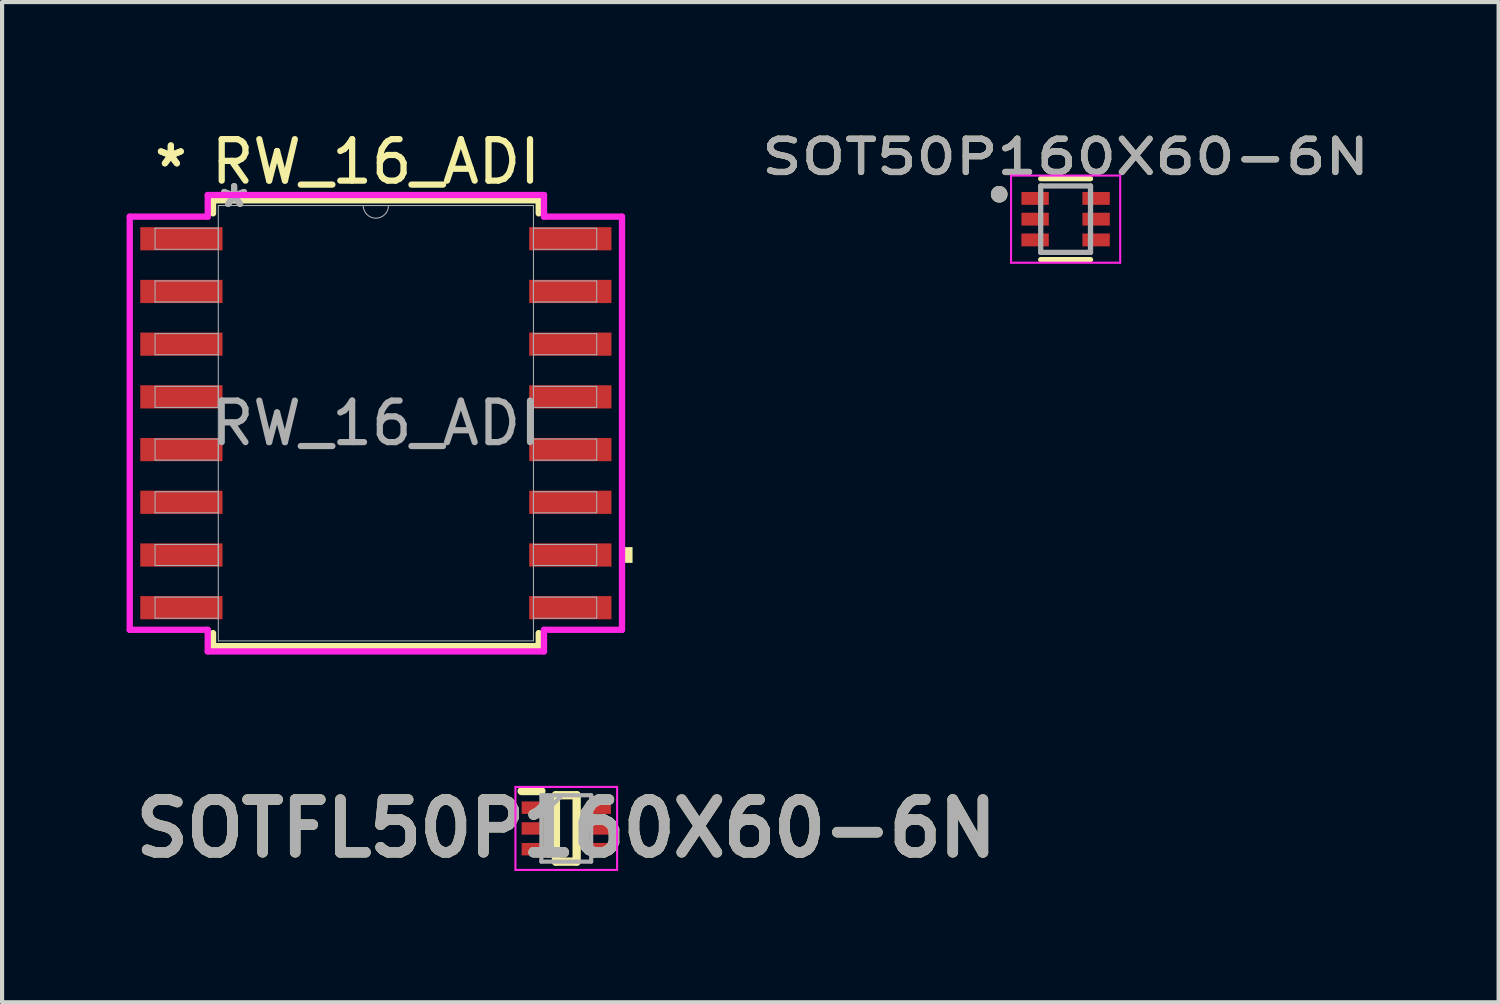
<source format=kicad_pcb>
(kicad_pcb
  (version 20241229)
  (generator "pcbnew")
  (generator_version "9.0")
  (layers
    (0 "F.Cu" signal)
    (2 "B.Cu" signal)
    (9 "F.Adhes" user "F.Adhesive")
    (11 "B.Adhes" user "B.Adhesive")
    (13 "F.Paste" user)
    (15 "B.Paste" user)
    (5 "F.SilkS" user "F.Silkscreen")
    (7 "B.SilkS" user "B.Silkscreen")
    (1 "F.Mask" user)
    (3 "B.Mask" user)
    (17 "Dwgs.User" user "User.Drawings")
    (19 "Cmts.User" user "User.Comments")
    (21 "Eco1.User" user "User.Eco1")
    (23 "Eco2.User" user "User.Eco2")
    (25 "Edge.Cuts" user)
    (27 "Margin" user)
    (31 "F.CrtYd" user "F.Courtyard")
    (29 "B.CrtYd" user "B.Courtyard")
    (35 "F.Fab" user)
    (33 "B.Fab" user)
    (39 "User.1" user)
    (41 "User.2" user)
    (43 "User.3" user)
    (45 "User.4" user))
  (footprint "SOTFL50P160X60-6N"
    (layer "F.Cu")
    (at 10.595 16.912)
    (property "Reference" "SOTFL50P160X60-6N" (at 0 0 0) (layer "F.SilkS") (effects (font (size 1.27 1.27) (thickness 0.254))))
    (attr smd)
    (fp_line (start -1.075 -0.9) (end -0.6 -0.9) (stroke (width 0.2) (type solid)) (layer "F.SilkS"))
    (fp_line (start -0.25 -0.8) (end 0.25 -0.8) (stroke (width 0.2) (type solid)) (layer "F.SilkS"))
    (fp_line (start -0.25 0.8) (end -0.25 -0.8) (stroke (width 0.2) (type solid)) (layer "F.SilkS"))
    (fp_line (start 0.25 -0.8) (end 0.25 0.8) (stroke (width 0.2) (type solid)) (layer "F.SilkS"))
    (fp_line (start 0.25 0.8) (end -0.25 0.8) (stroke (width 0.2) (type solid)) (layer "F.SilkS"))
    (fp_line (start -1.225 -1) (end 1.225 -1) (stroke (width 0.05) (type solid)) (layer "F.CrtYd"))
    (fp_line (start -1.225 1) (end -1.225 -1) (stroke (width 0.05) (type solid)) (layer "F.CrtYd"))
    (fp_line (start 1.225 -1) (end 1.225 1) (stroke (width 0.05) (type solid)) (layer "F.CrtYd"))
    (fp_line (start 1.225 1) (end -1.225 1) (stroke (width 0.05) (type solid)) (layer "F.CrtYd"))
    (fp_line (start -0.6 -0.8) (end 0.6 -0.8) (stroke (width 0.1) (type solid)) (layer "F.Fab"))
    (fp_line (start -0.6 -0.3) (end -0.1 -0.8) (stroke (width 0.1) (type solid)) (layer "F.Fab"))
    (fp_line (start -0.6 0.8) (end -0.6 -0.8) (stroke (width 0.1) (type solid)) (layer "F.Fab"))
    (fp_line (start 0.6 -0.8) (end 0.6 0.8) (stroke (width 0.1) (type solid)) (layer "F.Fab"))
    (fp_line (start 0.6 0.8) (end -0.6 0.8) (stroke (width 0.1) (type solid)) (layer "F.Fab"))
    (fp_text user "${REFERENCE}" (at 0 0 0) (layer "F.Fab") (effects (font (size 1.27 1.27) (thickness 0.254))))
    (pad "1" smd rect (at -0.838 -0.5 90) (size 0.3 0.475) (layers "F.Cu" "F.Mask" "F.Paste"))
    (pad "2" smd rect (at -0.838 0 90) (size 0.3 0.475) (layers "F.Cu" "F.Mask" "F.Paste"))
    (pad "3" smd rect (at -0.838 0.5 90) (size 0.3 0.475) (layers "F.Cu" "F.Mask" "F.Paste"))
    (pad "4" smd rect (at 0.838 0.5 90) (size 0.3 0.475) (layers "F.Cu" "F.Mask" "F.Paste"))
    (pad "5" smd rect (at 0.838 0 90) (size 0.3 0.475) (layers "F.Cu" "F.Mask" "F.Paste"))
    (pad "6" smd rect (at 0.838 -0.5 90) (size 0.3 0.475) (layers "F.Cu" "F.Mask" "F.Paste")))
  (footprint "RW_16_ADI"
    (layer "F.Cu")
    (at 6.007 7.148)
    (property "Reference" "RW_16_ADI" (at 0 -6.3 0) (unlocked yes) (layer "F.SilkS") (effects (font (size 1 1) (thickness 0.15))))
    (attr smd)
    (fp_line (start -3.924 -5.372) (end -3.924 -5.057) (stroke (width 0.152) (type solid)) (layer "F.SilkS"))
    (fp_line (start -3.924 5.057) (end -3.924 5.372) (stroke (width 0.152) (type solid)) (layer "F.SilkS"))
    (fp_line (start -3.924 5.372) (end 3.924 5.372) (stroke (width 0.152) (type solid)) (layer "F.SilkS"))
    (fp_line (start 3.924 -5.372) (end -3.924 -5.372) (stroke (width 0.152) (type solid)) (layer "F.SilkS"))
    (fp_line (start 3.924 -5.057) (end 3.924 -5.372) (stroke (width 0.152) (type solid)) (layer "F.SilkS"))
    (fp_line (start 3.924 5.372) (end 3.924 5.057) (stroke (width 0.152) (type solid)) (layer "F.SilkS"))
    (fp_poly (pts (xy 6.185 2.985) (xy 6.185 3.365) (xy 5.931 3.365) (xy 5.931 2.985)) (stroke (width 0) (type solid)) (fill yes) (layer "F.SilkS"))
    (fp_line (start -5.931 -4.978) (end -4.051 -4.978) (stroke (width 0.152) (type solid)) (layer "F.CrtYd"))
    (fp_line (start -5.931 4.978) (end -5.931 -4.978) (stroke (width 0.152) (type solid)) (layer "F.CrtYd"))
    (fp_line (start -5.931 4.978) (end -4.051 4.978) (stroke (width 0.152) (type solid)) (layer "F.CrtYd"))
    (fp_line (start -4.051 -5.499) (end 4.051 -5.499) (stroke (width 0.152) (type solid)) (layer "F.CrtYd"))
    (fp_line (start -4.051 -4.978) (end -4.051 -5.499) (stroke (width 0.152) (type solid)) (layer "F.CrtYd"))
    (fp_line (start -4.051 5.499) (end -4.051 4.978) (stroke (width 0.152) (type solid)) (layer "F.CrtYd"))
    (fp_line (start 4.051 -5.499) (end 4.051 -4.978) (stroke (width 0.152) (type solid)) (layer "F.CrtYd"))
    (fp_line (start 4.051 4.978) (end 4.051 5.499) (stroke (width 0.152) (type solid)) (layer "F.CrtYd"))
    (fp_line (start 4.051 5.499) (end -4.051 5.499) (stroke (width 0.152) (type solid)) (layer "F.CrtYd"))
    (fp_line (start 5.931 -4.978) (end 4.051 -4.978) (stroke (width 0.152) (type solid)) (layer "F.CrtYd"))
    (fp_line (start 5.931 -4.978) (end 5.931 4.978) (stroke (width 0.152) (type solid)) (layer "F.CrtYd"))
    (fp_line (start 5.931 4.978) (end 4.051 4.978) (stroke (width 0.152) (type solid)) (layer "F.CrtYd"))
    (fp_line (start -5.321 -4.699) (end -5.321 -4.191) (stroke (width 0.025) (type solid)) (layer "F.Fab"))
    (fp_line (start -5.321 -4.191) (end -3.797 -4.191) (stroke (width 0.025) (type solid)) (layer "F.Fab"))
    (fp_line (start -5.321 -3.429) (end -5.321 -2.921) (stroke (width 0.025) (type solid)) (layer "F.Fab"))
    (fp_line (start -5.321 -2.921) (end -3.797 -2.921) (stroke (width 0.025) (type solid)) (layer "F.Fab"))
    (fp_line (start -5.321 -2.159) (end -5.321 -1.651) (stroke (width 0.025) (type solid)) (layer "F.Fab"))
    (fp_line (start -5.321 -1.651) (end -3.797 -1.651) (stroke (width 0.025) (type solid)) (layer "F.Fab"))
    (fp_line (start -5.321 -0.889) (end -5.321 -0.381) (stroke (width 0.025) (type solid)) (layer "F.Fab"))
    (fp_line (start -5.321 -0.381) (end -3.797 -0.381) (stroke (width 0.025) (type solid)) (layer "F.Fab"))
    (fp_line (start -5.321 0.381) (end -5.321 0.889) (stroke (width 0.025) (type solid)) (layer "F.Fab"))
    (fp_line (start -5.321 0.889) (end -3.797 0.889) (stroke (width 0.025) (type solid)) (layer "F.Fab"))
    (fp_line (start -5.321 1.651) (end -5.321 2.159) (stroke (width 0.025) (type solid)) (layer "F.Fab"))
    (fp_line (start -5.321 2.159) (end -3.797 2.159) (stroke (width 0.025) (type solid)) (layer "F.Fab"))
    (fp_line (start -5.321 2.921) (end -5.321 3.429) (stroke (width 0.025) (type solid)) (layer "F.Fab"))
    (fp_line (start -5.321 3.429) (end -3.797 3.429) (stroke (width 0.025) (type solid)) (layer "F.Fab"))
    (fp_line (start -5.321 4.191) (end -5.321 4.699) (stroke (width 0.025) (type solid)) (layer "F.Fab"))
    (fp_line (start -5.321 4.699) (end -3.797 4.699) (stroke (width 0.025) (type solid)) (layer "F.Fab"))
    (fp_line (start -3.797 -5.245) (end -3.797 5.245) (stroke (width 0.025) (type solid)) (layer "F.Fab"))
    (fp_line (start -3.797 -4.699) (end -5.321 -4.699) (stroke (width 0.025) (type solid)) (layer "F.Fab"))
    (fp_line (start -3.797 -4.191) (end -3.797 -4.699) (stroke (width 0.025) (type solid)) (layer "F.Fab"))
    (fp_line (start -3.797 -3.429) (end -5.321 -3.429) (stroke (width 0.025) (type solid)) (layer "F.Fab"))
    (fp_line (start -3.797 -2.921) (end -3.797 -3.429) (stroke (width 0.025) (type solid)) (layer "F.Fab"))
    (fp_line (start -3.797 -2.159) (end -5.321 -2.159) (stroke (width 0.025) (type solid)) (layer "F.Fab"))
    (fp_line (start -3.797 -1.651) (end -3.797 -2.159) (stroke (width 0.025) (type solid)) (layer "F.Fab"))
    (fp_line (start -3.797 -0.889) (end -5.321 -0.889) (stroke (width 0.025) (type solid)) (layer "F.Fab"))
    (fp_line (start -3.797 -0.381) (end -3.797 -0.889) (stroke (width 0.025) (type solid)) (layer "F.Fab"))
    (fp_line (start -3.797 0.381) (end -5.321 0.381) (stroke (width 0.025) (type solid)) (layer "F.Fab"))
    (fp_line (start -3.797 0.889) (end -3.797 0.381) (stroke (width 0.025) (type solid)) (layer "F.Fab"))
    (fp_line (start -3.797 1.651) (end -5.321 1.651) (stroke (width 0.025) (type solid)) (layer "F.Fab"))
    (fp_line (start -3.797 2.159) (end -3.797 1.651) (stroke (width 0.025) (type solid)) (layer "F.Fab"))
    (fp_line (start -3.797 2.921) (end -5.321 2.921) (stroke (width 0.025) (type solid)) (layer "F.Fab"))
    (fp_line (start -3.797 3.429) (end -3.797 2.921) (stroke (width 0.025) (type solid)) (layer "F.Fab"))
    (fp_line (start -3.797 4.191) (end -5.321 4.191) (stroke (width 0.025) (type solid)) (layer "F.Fab"))
    (fp_line (start -3.797 4.699) (end -3.797 4.191) (stroke (width 0.025) (type solid)) (layer "F.Fab"))
    (fp_line (start -3.797 5.245) (end 3.797 5.245) (stroke (width 0.025) (type solid)) (layer "F.Fab"))
    (fp_line (start 3.797 -5.245) (end -3.797 -5.245) (stroke (width 0.025) (type solid)) (layer "F.Fab"))
    (fp_line (start 3.797 -4.699) (end 3.797 -4.191) (stroke (width 0.025) (type solid)) (layer "F.Fab"))
    (fp_line (start 3.797 -4.191) (end 5.321 -4.191) (stroke (width 0.025) (type solid)) (layer "F.Fab"))
    (fp_line (start 3.797 -3.429) (end 3.797 -2.921) (stroke (width 0.025) (type solid)) (layer "F.Fab"))
    (fp_line (start 3.797 -2.921) (end 5.321 -2.921) (stroke (width 0.025) (type solid)) (layer "F.Fab"))
    (fp_line (start 3.797 -2.159) (end 3.797 -1.651) (stroke (width 0.025) (type solid)) (layer "F.Fab"))
    (fp_line (start 3.797 -1.651) (end 5.321 -1.651) (stroke (width 0.025) (type solid)) (layer "F.Fab"))
    (fp_line (start 3.797 -0.889) (end 3.797 -0.381) (stroke (width 0.025) (type solid)) (layer "F.Fab"))
    (fp_line (start 3.797 -0.381) (end 5.321 -0.381) (stroke (width 0.025) (type solid)) (layer "F.Fab"))
    (fp_line (start 3.797 0.381) (end 3.797 0.889) (stroke (width 0.025) (type solid)) (layer "F.Fab"))
    (fp_line (start 3.797 0.889) (end 5.321 0.889) (stroke (width 0.025) (type solid)) (layer "F.Fab"))
    (fp_line (start 3.797 1.651) (end 3.797 2.159) (stroke (width 0.025) (type solid)) (layer "F.Fab"))
    (fp_line (start 3.797 2.159) (end 5.321 2.159) (stroke (width 0.025) (type solid)) (layer "F.Fab"))
    (fp_line (start 3.797 2.921) (end 3.797 3.429) (stroke (width 0.025) (type solid)) (layer "F.Fab"))
    (fp_line (start 3.797 3.429) (end 5.321 3.429) (stroke (width 0.025) (type solid)) (layer "F.Fab"))
    (fp_line (start 3.797 4.191) (end 3.797 4.699) (stroke (width 0.025) (type solid)) (layer "F.Fab"))
    (fp_line (start 3.797 4.699) (end 5.321 4.699) (stroke (width 0.025) (type solid)) (layer "F.Fab"))
    (fp_line (start 3.797 5.245) (end 3.797 -5.245) (stroke (width 0.025) (type solid)) (layer "F.Fab"))
    (fp_line (start 5.321 -4.699) (end 3.797 -4.699) (stroke (width 0.025) (type solid)) (layer "F.Fab"))
    (fp_line (start 5.321 -4.191) (end 5.321 -4.699) (stroke (width 0.025) (type solid)) (layer "F.Fab"))
    (fp_line (start 5.321 -3.429) (end 3.797 -3.429) (stroke (width 0.025) (type solid)) (layer "F.Fab"))
    (fp_line (start 5.321 -2.921) (end 5.321 -3.429) (stroke (width 0.025) (type solid)) (layer "F.Fab"))
    (fp_line (start 5.321 -2.159) (end 3.797 -2.159) (stroke (width 0.025) (type solid)) (layer "F.Fab"))
    (fp_line (start 5.321 -1.651) (end 5.321 -2.159) (stroke (width 0.025) (type solid)) (layer "F.Fab"))
    (fp_line (start 5.321 -0.889) (end 3.797 -0.889) (stroke (width 0.025) (type solid)) (layer "F.Fab"))
    (fp_line (start 5.321 -0.381) (end 5.321 -0.889) (stroke (width 0.025) (type solid)) (layer "F.Fab"))
    (fp_line (start 5.321 0.381) (end 3.797 0.381) (stroke (width 0.025) (type solid)) (layer "F.Fab"))
    (fp_line (start 5.321 0.889) (end 5.321 0.381) (stroke (width 0.025) (type solid)) (layer "F.Fab"))
    (fp_line (start 5.321 1.651) (end 3.797 1.651) (stroke (width 0.025) (type solid)) (layer "F.Fab"))
    (fp_line (start 5.321 2.159) (end 5.321 1.651) (stroke (width 0.025) (type solid)) (layer "F.Fab"))
    (fp_line (start 5.321 2.921) (end 3.797 2.921) (stroke (width 0.025) (type solid)) (layer "F.Fab"))
    (fp_line (start 5.321 3.429) (end 5.321 2.921) (stroke (width 0.025) (type solid)) (layer "F.Fab"))
    (fp_line (start 5.321 4.191) (end 3.797 4.191) (stroke (width 0.025) (type solid)) (layer "F.Fab"))
    (fp_line (start 5.321 4.699) (end 5.321 4.191) (stroke (width 0.025) (type solid)) (layer "F.Fab"))
    (fp_arc (start 0.3048 -5.2451) (mid 0 -4.9403) (end -0.3048 -5.2451) (stroke (width 0.0254) (type solid)) (layer "F.Fab"))
    (fp_text user "*" (at -4.94 -6.147 0) (layer "F.SilkS") (effects (font (size 1 1) (thickness 0.15))))
    (fp_text user "*" (at -4.94 -6.147 0) (unlocked yes) (layer "F.SilkS") (effects (font (size 1 1) (thickness 0.15))))
    (fp_text user "*" (at -3.416 -5.169 0) (layer "F.Fab") (effects (font (size 1 1) (thickness 0.15))))
    (fp_text user "${REFERENCE}" (at 0 0 0) (unlocked yes) (layer "F.Fab") (effects (font (size 1 1) (thickness 0.15))))
    (fp_text user "*" (at -3.416 -5.169 0) (unlocked yes) (layer "F.Fab") (effects (font (size 1 1) (thickness 0.15))))
    (pad "1" smd rect (at -4.686 -4.445) (size 1.981 0.559) (layers "F.Cu" "F.Mask" "F.Paste"))
    (pad "2" smd rect (at -4.686 -3.175) (size 1.981 0.559) (layers "F.Cu" "F.Mask" "F.Paste"))
    (pad "3" smd rect (at -4.686 -1.905) (size 1.981 0.559) (layers "F.Cu" "F.Mask" "F.Paste"))
    (pad "4" smd rect (at -4.686 -0.635) (size 1.981 0.559) (layers "F.Cu" "F.Mask" "F.Paste"))
    (pad "5" smd rect (at -4.686 0.635) (size 1.981 0.559) (layers "F.Cu" "F.Mask" "F.Paste"))
    (pad "6" smd rect (at -4.686 1.905) (size 1.981 0.559) (layers "F.Cu" "F.Mask" "F.Paste"))
    (pad "7" smd rect (at -4.686 3.175) (size 1.981 0.559) (layers "F.Cu" "F.Mask" "F.Paste"))
    (pad "8" smd rect (at -4.686 4.445) (size 1.981 0.559) (layers "F.Cu" "F.Mask" "F.Paste"))
    (pad "9" smd rect (at 4.686 4.445) (size 1.981 0.559) (layers "F.Cu" "F.Mask" "F.Paste"))
    (pad "10" smd rect (at 4.686 3.175) (size 1.981 0.559) (layers "F.Cu" "F.Mask" "F.Paste"))
    (pad "11" smd rect (at 4.686 1.905) (size 1.981 0.559) (layers "F.Cu" "F.Mask" "F.Paste"))
    (pad "12" smd rect (at 4.686 0.635) (size 1.981 0.559) (layers "F.Cu" "F.Mask" "F.Paste"))
    (pad "13" smd rect (at 4.686 -0.635) (size 1.981 0.559) (layers "F.Cu" "F.Mask" "F.Paste"))
    (pad "14" smd rect (at 4.686 -1.905) (size 1.981 0.559) (layers "F.Cu" "F.Mask" "F.Paste"))
    (pad "15" smd rect (at 4.686 -3.175) (size 1.981 0.559) (layers "F.Cu" "F.Mask" "F.Paste"))
    (pad "16" smd rect (at 4.686 -4.445) (size 1.981 0.559) (layers "F.Cu" "F.Mask" "F.Paste")))
  (footprint "SOT50P160X60-6N"
    (layer "F.Cu")
    (at 22.627 2.231)
    (property "Reference" "SOT50P160X60-6N" (at 0 -1.5 180) (layer "F.SilkS") (effects (font (size 0.8 1) (thickness 0.15))))
    (attr smd)
    (fp_line (start -0.6 -0.975) (end 0.6 -0.975) (stroke (width 0.127) (type solid)) (layer "F.SilkS"))
    (fp_line (start -0.6 0.975) (end 0.6 0.975) (stroke (width 0.127) (type solid)) (layer "F.SilkS"))
    (fp_circle (center -1.6 -0.6) (end -1.5 -0.6) (stroke (width 0.2) (type solid)) (fill no) (layer "F.SilkS"))
    (fp_line (start -1.315 -1.05) (end 1.315 -1.05) (stroke (width 0.05) (type solid)) (layer "F.CrtYd"))
    (fp_line (start -1.315 1.05) (end -1.315 -1.05) (stroke (width 0.05) (type solid)) (layer "F.CrtYd"))
    (fp_line (start 1.315 -1.05) (end 1.315 1.05) (stroke (width 0.05) (type solid)) (layer "F.CrtYd"))
    (fp_line (start 1.315 1.05) (end -1.315 1.05) (stroke (width 0.05) (type solid)) (layer "F.CrtYd"))
    (fp_line (start -0.6 -0.8) (end 0.6 -0.8) (stroke (width 0.127) (type solid)) (layer "F.Fab"))
    (fp_line (start -0.6 0.8) (end -0.6 -0.8) (stroke (width 0.127) (type solid)) (layer "F.Fab"))
    (fp_line (start 0.6 -0.8) (end 0.6 0.8) (stroke (width 0.127) (type solid)) (layer "F.Fab"))
    (fp_line (start 0.6 0.8) (end -0.6 0.8) (stroke (width 0.127) (type solid)) (layer "F.Fab"))
    (fp_circle (center -1.6 -0.6) (end -1.5 -0.6) (stroke (width 0.2) (type solid)) (fill no) (layer "F.Fab"))
    (fp_text user "${REFERENCE}" (at 0 -1.5 0) (unlocked yes) (layer "F.Fab") (effects (font (size 0.8 1) (thickness 0.15))))
    (pad "1" smd rect (at -0.735 -0.5) (size 0.66 0.31) (layers "F.Cu" "F.Mask" "F.Paste"))
    (pad "2" smd rect (at -0.735 0) (size 0.66 0.31) (layers "F.Cu" "F.Mask" "F.Paste"))
    (pad "3" smd rect (at -0.735 0.5) (size 0.66 0.31) (layers "F.Cu" "F.Mask" "F.Paste"))
    (pad "4" smd rect (at 0.735 0.5) (size 0.66 0.31) (layers "F.Cu" "F.Mask" "F.Paste"))
    (pad "5" smd rect (at 0.735 0) (size 0.66 0.31) (layers "F.Cu" "F.Mask" "F.Paste"))
    (pad "6" smd rect (at 0.735 -0.5) (size 0.66 0.31) (layers "F.Cu" "F.Mask" "F.Paste")))
  (gr_rect
    (start -3 -3)
    (end 33.061 21.101)
    (stroke (width 0.1) (type default))
    (fill no)
    (layer "Edge.Cuts")))
</source>
